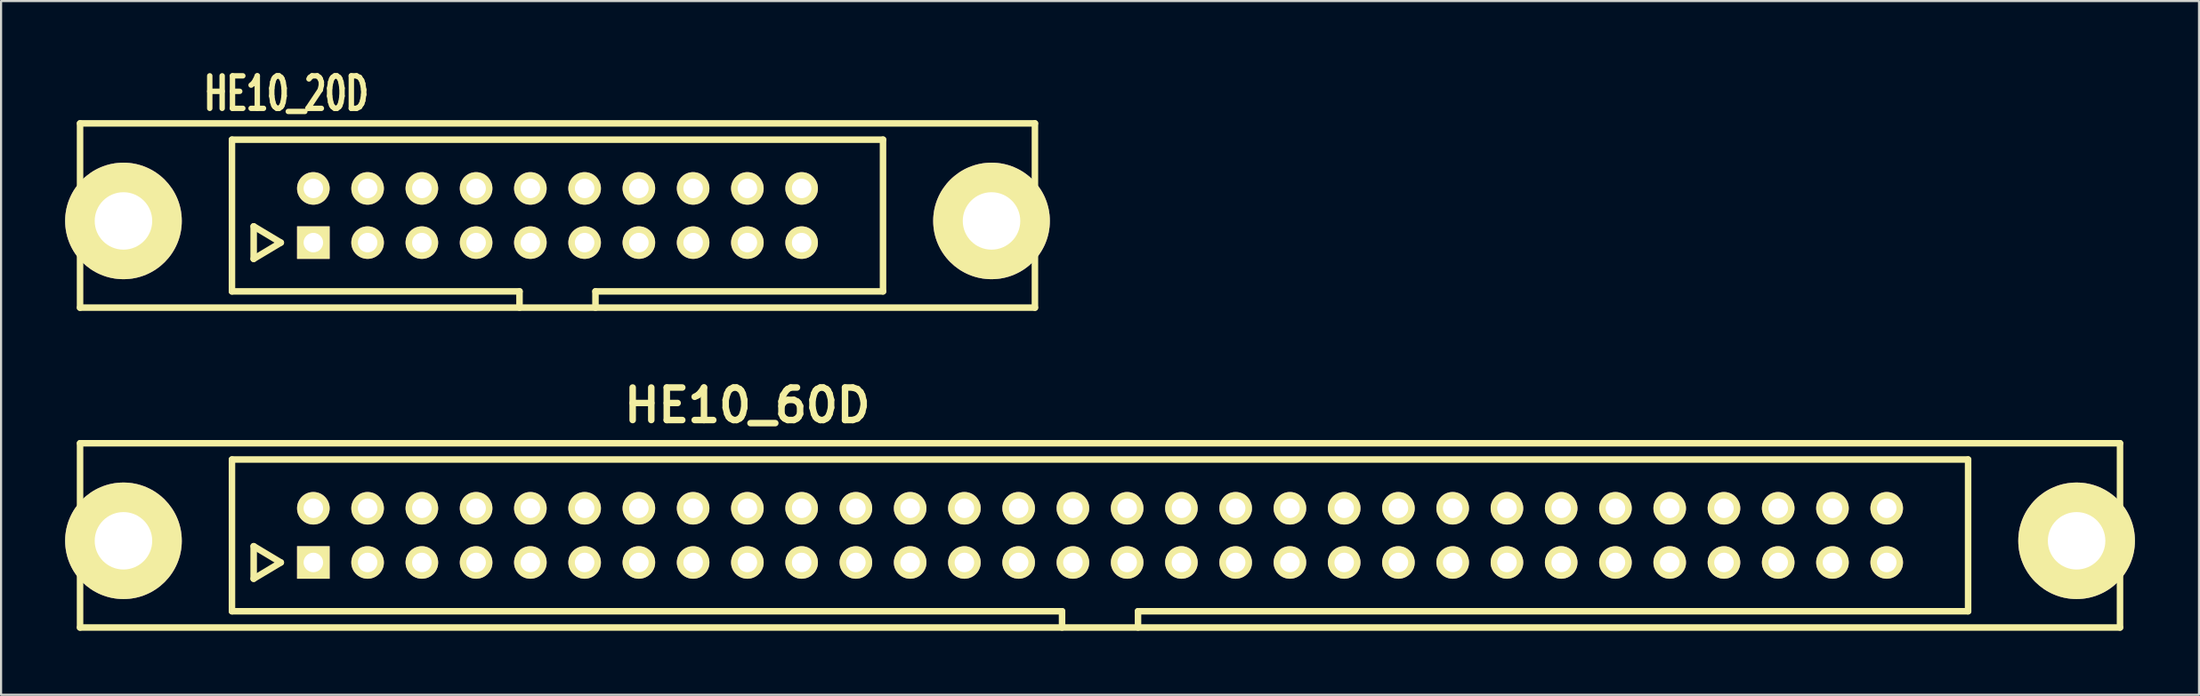
<source format=kicad_pcb>
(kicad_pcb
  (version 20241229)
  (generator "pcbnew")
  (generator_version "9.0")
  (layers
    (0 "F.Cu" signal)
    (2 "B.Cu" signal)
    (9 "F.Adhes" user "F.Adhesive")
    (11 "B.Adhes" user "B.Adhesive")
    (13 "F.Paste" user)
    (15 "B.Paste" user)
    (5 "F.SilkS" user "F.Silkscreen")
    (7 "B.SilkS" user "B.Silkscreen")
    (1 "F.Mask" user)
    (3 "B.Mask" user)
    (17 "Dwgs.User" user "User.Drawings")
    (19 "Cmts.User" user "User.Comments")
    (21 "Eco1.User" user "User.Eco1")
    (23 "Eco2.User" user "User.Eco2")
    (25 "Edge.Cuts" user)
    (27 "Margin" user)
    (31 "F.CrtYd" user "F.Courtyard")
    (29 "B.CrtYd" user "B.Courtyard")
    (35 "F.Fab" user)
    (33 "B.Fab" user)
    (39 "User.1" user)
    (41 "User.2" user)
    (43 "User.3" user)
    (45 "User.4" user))
  (footprint "HE10_60D"
    (layer "F.Cu")
    (at 48.45 22.299)
    (property "Reference" "HE10_60D" (at -16.51 -6.35 0) (layer "F.SilkS") (effects (font (size 1.524 1.524) (thickness 0.305))))
    (attr through_hole)
    (fp_line (start -47.752 -4.572) (end -47.752 4.064) (stroke (width 0.305) (type solid)) (layer "F.SilkS"))
    (fp_line (start -47.752 4.064) (end 47.752 4.064) (stroke (width 0.305) (type solid)) (layer "F.SilkS"))
    (fp_line (start -40.64 -3.81) (end 40.64 -3.81) (stroke (width 0.305) (type solid)) (layer "F.SilkS"))
    (fp_line (start -40.64 3.302) (end -40.64 -3.81) (stroke (width 0.305) (type solid)) (layer "F.SilkS"))
    (fp_line (start -39.624 0.254) (end -39.624 1.778) (stroke (width 0.305) (type solid)) (layer "F.SilkS"))
    (fp_line (start -39.624 1.778) (end -38.354 1.016) (stroke (width 0.305) (type solid)) (layer "F.SilkS"))
    (fp_line (start -38.354 1.016) (end -39.624 0.254) (stroke (width 0.305) (type solid)) (layer "F.SilkS"))
    (fp_line (start -1.778 3.302) (end -40.64 3.302) (stroke (width 0.305) (type solid)) (layer "F.SilkS"))
    (fp_line (start -1.778 4.064) (end -1.778 3.302) (stroke (width 0.305) (type solid)) (layer "F.SilkS"))
    (fp_line (start 1.778 3.302) (end 1.778 4.064) (stroke (width 0.305) (type solid)) (layer "F.SilkS"))
    (fp_line (start 40.64 -3.81) (end 40.64 3.302) (stroke (width 0.305) (type solid)) (layer "F.SilkS"))
    (fp_line (start 40.64 3.302) (end 1.778 3.302) (stroke (width 0.305) (type solid)) (layer "F.SilkS"))
    (fp_line (start 47.752 -4.572) (end -47.752 -4.572) (stroke (width 0.305) (type solid)) (layer "F.SilkS"))
    (fp_line (start 47.752 4.064) (end 47.752 -4.572) (stroke (width 0.305) (type solid)) (layer "F.SilkS"))
    (pad "" thru_hole circle (at -45.72 0) (size 5.461 5.461) (drill 2.692) (layers "*.Cu" "*.Mask" "F.SilkS"))
    (pad "" thru_hole circle (at 45.72 0) (size 5.461 5.461) (drill 2.692) (layers "*.Cu" "*.Mask" "F.SilkS"))
    (pad "1" thru_hole rect (at -36.83 1.016) (size 1.524 1.524) (drill 0.914) (layers "*.Cu" "*.Mask" "F.SilkS"))
    (pad "2" thru_hole circle (at -36.83 -1.524) (size 1.524 1.524) (drill 0.914) (layers "*.Cu" "*.Mask" "F.SilkS"))
    (pad "3" thru_hole circle (at -34.29 1.016) (size 1.524 1.524) (drill 0.914) (layers "*.Cu" "*.Mask" "F.SilkS"))
    (pad "4" thru_hole circle (at -34.29 -1.524) (size 1.524 1.524) (drill 0.914) (layers "*.Cu" "*.Mask" "F.SilkS"))
    (pad "5" thru_hole circle (at -31.75 1.016) (size 1.524 1.524) (drill 0.914) (layers "*.Cu" "*.Mask" "F.SilkS"))
    (pad "6" thru_hole circle (at -31.75 -1.524) (size 1.524 1.524) (drill 0.914) (layers "*.Cu" "*.Mask" "F.SilkS"))
    (pad "7" thru_hole circle (at -29.21 1.016) (size 1.524 1.524) (drill 0.914) (layers "*.Cu" "*.Mask" "F.SilkS"))
    (pad "8" thru_hole circle (at -29.21 -1.524) (size 1.524 1.524) (drill 0.914) (layers "*.Cu" "*.Mask" "F.SilkS"))
    (pad "9" thru_hole circle (at -26.67 1.016) (size 1.524 1.524) (drill 0.914) (layers "*.Cu" "*.Mask" "F.SilkS"))
    (pad "10" thru_hole circle (at -26.67 -1.524) (size 1.524 1.524) (drill 0.914) (layers "*.Cu" "*.Mask" "F.SilkS"))
    (pad "11" thru_hole circle (at -24.13 1.016) (size 1.524 1.524) (drill 0.914) (layers "*.Cu" "*.Mask" "F.SilkS"))
    (pad "12" thru_hole circle (at -24.13 -1.524) (size 1.524 1.524) (drill 0.914) (layers "*.Cu" "*.Mask" "F.SilkS"))
    (pad "13" thru_hole circle (at -21.59 1.016) (size 1.524 1.524) (drill 0.914) (layers "*.Cu" "*.Mask" "F.SilkS"))
    (pad "14" thru_hole circle (at -21.59 -1.524) (size 1.524 1.524) (drill 0.914) (layers "*.Cu" "*.Mask" "F.SilkS"))
    (pad "15" thru_hole circle (at -19.05 1.016) (size 1.524 1.524) (drill 0.914) (layers "*.Cu" "*.Mask" "F.SilkS"))
    (pad "16" thru_hole circle (at -19.05 -1.524) (size 1.524 1.524) (drill 0.914) (layers "*.Cu" "*.Mask" "F.SilkS"))
    (pad "17" thru_hole circle (at -16.51 1.016) (size 1.524 1.524) (drill 0.914) (layers "*.Cu" "*.Mask" "F.SilkS"))
    (pad "18" thru_hole circle (at -16.51 -1.524) (size 1.524 1.524) (drill 0.914) (layers "*.Cu" "*.Mask" "F.SilkS"))
    (pad "19" thru_hole circle (at -13.97 1.016) (size 1.524 1.524) (drill 0.914) (layers "*.Cu" "*.Mask" "F.SilkS"))
    (pad "20" thru_hole circle (at -13.97 -1.524) (size 1.524 1.524) (drill 0.914) (layers "*.Cu" "*.Mask" "F.SilkS"))
    (pad "21" thru_hole circle (at -11.43 1.016) (size 1.524 1.524) (drill 0.914) (layers "*.Cu" "*.Mask" "F.SilkS"))
    (pad "22" thru_hole circle (at -11.43 -1.524) (size 1.524 1.524) (drill 0.914) (layers "*.Cu" "*.Mask" "F.SilkS"))
    (pad "23" thru_hole circle (at -8.89 1.016) (size 1.524 1.524) (drill 0.914) (layers "*.Cu" "*.Mask" "F.SilkS"))
    (pad "24" thru_hole circle (at -8.89 -1.524) (size 1.524 1.524) (drill 0.914) (layers "*.Cu" "*.Mask" "F.SilkS"))
    (pad "25" thru_hole circle (at -6.35 1.016) (size 1.524 1.524) (drill 0.914) (layers "*.Cu" "*.Mask" "F.SilkS"))
    (pad "26" thru_hole circle (at -6.35 -1.524) (size 1.524 1.524) (drill 0.914) (layers "*.Cu" "*.Mask" "F.SilkS"))
    (pad "27" thru_hole circle (at -3.81 1.016) (size 1.524 1.524) (drill 0.914) (layers "*.Cu" "*.Mask" "F.SilkS"))
    (pad "28" thru_hole circle (at -3.81 -1.524) (size 1.524 1.524) (drill 0.914) (layers "*.Cu" "*.Mask" "F.SilkS"))
    (pad "29" thru_hole circle (at -1.27 1.016) (size 1.524 1.524) (drill 0.914) (layers "*.Cu" "*.Mask" "F.SilkS"))
    (pad "30" thru_hole circle (at -1.27 -1.524) (size 1.524 1.524) (drill 0.914) (layers "*.Cu" "*.Mask" "F.SilkS"))
    (pad "31" thru_hole circle (at 1.27 1.016) (size 1.524 1.524) (drill 0.914) (layers "*.Cu" "*.Mask" "F.SilkS"))
    (pad "32" thru_hole circle (at 1.27 -1.524) (size 1.524 1.524) (drill 0.914) (layers "*.Cu" "*.Mask" "F.SilkS"))
    (pad "33" thru_hole circle (at 3.81 1.016) (size 1.524 1.524) (drill 0.914) (layers "*.Cu" "*.Mask" "F.SilkS"))
    (pad "34" thru_hole circle (at 3.81 -1.524) (size 1.524 1.524) (drill 0.914) (layers "*.Cu" "*.Mask" "F.SilkS"))
    (pad "35" thru_hole circle (at 6.35 1.016) (size 1.524 1.524) (drill 0.914) (layers "*.Cu" "*.Mask" "F.SilkS"))
    (pad "36" thru_hole circle (at 6.35 -1.524) (size 1.524 1.524) (drill 0.914) (layers "*.Cu" "*.Mask" "F.SilkS"))
    (pad "37" thru_hole circle (at 8.89 1.016) (size 1.524 1.524) (drill 0.914) (layers "*.Cu" "*.Mask" "F.SilkS"))
    (pad "38" thru_hole circle (at 8.89 -1.524) (size 1.524 1.524) (drill 0.914) (layers "*.Cu" "*.Mask" "F.SilkS"))
    (pad "39" thru_hole circle (at 11.43 1.016) (size 1.524 1.524) (drill 0.914) (layers "*.Cu" "*.Mask" "F.SilkS"))
    (pad "40" thru_hole circle (at 11.43 -1.524) (size 1.524 1.524) (drill 0.914) (layers "*.Cu" "*.Mask" "F.SilkS"))
    (pad "41" thru_hole circle (at 13.97 1.016) (size 1.524 1.524) (drill 0.914) (layers "*.Cu" "*.Mask" "F.SilkS"))
    (pad "42" thru_hole circle (at 13.97 -1.524) (size 1.524 1.524) (drill 0.914) (layers "*.Cu" "*.Mask" "F.SilkS"))
    (pad "43" thru_hole circle (at 16.51 1.016) (size 1.524 1.524) (drill 0.914) (layers "*.Cu" "*.Mask" "F.SilkS"))
    (pad "44" thru_hole circle (at 16.51 -1.524) (size 1.524 1.524) (drill 0.914) (layers "*.Cu" "*.Mask" "F.SilkS"))
    (pad "45" thru_hole circle (at 19.05 1.016) (size 1.524 1.524) (drill 0.914) (layers "*.Cu" "*.Mask" "F.SilkS"))
    (pad "46" thru_hole circle (at 19.05 -1.524) (size 1.524 1.524) (drill 0.914) (layers "*.Cu" "*.Mask" "F.SilkS"))
    (pad "47" thru_hole circle (at 21.59 1.016) (size 1.524 1.524) (drill 0.914) (layers "*.Cu" "*.Mask" "F.SilkS"))
    (pad "48" thru_hole circle (at 21.59 -1.524) (size 1.524 1.524) (drill 0.914) (layers "*.Cu" "*.Mask" "F.SilkS"))
    (pad "49" thru_hole circle (at 24.13 1.016) (size 1.524 1.524) (drill 0.914) (layers "*.Cu" "*.Mask" "F.SilkS"))
    (pad "50" thru_hole circle (at 24.13 -1.524) (size 1.524 1.524) (drill 0.914) (layers "*.Cu" "*.Mask" "F.SilkS"))
    (pad "51" thru_hole circle (at 26.67 1.016) (size 1.524 1.524) (drill 0.914) (layers "*.Cu" "*.Mask" "F.SilkS"))
    (pad "52" thru_hole circle (at 26.67 -1.524) (size 1.524 1.524) (drill 0.914) (layers "*.Cu" "*.Mask" "F.SilkS"))
    (pad "53" thru_hole circle (at 29.21 1.016) (size 1.524 1.524) (drill 0.914) (layers "*.Cu" "*.Mask" "F.SilkS"))
    (pad "54" thru_hole circle (at 29.21 -1.524) (size 1.524 1.524) (drill 0.914) (layers "*.Cu" "*.Mask" "F.SilkS"))
    (pad "55" thru_hole circle (at 31.75 1.016) (size 1.524 1.524) (drill 0.914) (layers "*.Cu" "*.Mask" "F.SilkS"))
    (pad "56" thru_hole circle (at 31.75 -1.524) (size 1.524 1.524) (drill 0.914) (layers "*.Cu" "*.Mask" "F.SilkS"))
    (pad "57" thru_hole circle (at 34.29 1.016) (size 1.524 1.524) (drill 0.914) (layers "*.Cu" "*.Mask" "F.SilkS"))
    (pad "58" thru_hole circle (at 34.29 -1.524) (size 1.524 1.524) (drill 0.914) (layers "*.Cu" "*.Mask" "F.SilkS"))
    (pad "59" thru_hole circle (at 36.83 1.016) (size 1.524 1.524) (drill 0.914) (layers "*.Cu" "*.Mask" "F.SilkS"))
    (pad "60" thru_hole circle (at 36.83 -1.524) (size 1.524 1.524) (drill 0.914) (layers "*.Cu" "*.Mask" "F.SilkS")))
  (footprint "HE10_20D"
    (layer "F.Cu")
    (at 23.05 7.052)
    (property "Reference" "HE10_20D" (at -12.7 -5.715 0) (layer "F.SilkS") (effects (font (size 1.524 1.016) (thickness 0.305))))
    (attr through_hole)
    (fp_line (start -22.352 -4.318) (end -22.352 4.318) (stroke (width 0.305) (type solid)) (layer "F.SilkS"))
    (fp_line (start -22.352 4.318) (end 22.352 4.318) (stroke (width 0.305) (type solid)) (layer "F.SilkS"))
    (fp_line (start -15.24 -3.556) (end 15.24 -3.556) (stroke (width 0.305) (type solid)) (layer "F.SilkS"))
    (fp_line (start -15.24 3.556) (end -15.24 -3.556) (stroke (width 0.305) (type solid)) (layer "F.SilkS"))
    (fp_line (start -14.224 0.508) (end -14.224 2.032) (stroke (width 0.305) (type solid)) (layer "F.SilkS"))
    (fp_line (start -14.224 2.032) (end -12.954 1.27) (stroke (width 0.305) (type solid)) (layer "F.SilkS"))
    (fp_line (start -12.954 1.27) (end -14.224 0.508) (stroke (width 0.305) (type solid)) (layer "F.SilkS"))
    (fp_line (start -1.778 3.556) (end -15.24 3.556) (stroke (width 0.305) (type solid)) (layer "F.SilkS"))
    (fp_line (start -1.778 4.318) (end -1.778 3.556) (stroke (width 0.305) (type solid)) (layer "F.SilkS"))
    (fp_line (start 1.778 3.556) (end 1.778 4.318) (stroke (width 0.305) (type solid)) (layer "F.SilkS"))
    (fp_line (start 15.24 -3.556) (end 15.24 3.556) (stroke (width 0.305) (type solid)) (layer "F.SilkS"))
    (fp_line (start 15.24 3.556) (end 1.778 3.556) (stroke (width 0.305) (type solid)) (layer "F.SilkS"))
    (fp_line (start 22.352 -4.318) (end -22.352 -4.318) (stroke (width 0.305) (type solid)) (layer "F.SilkS"))
    (fp_line (start 22.352 4.318) (end 22.352 -4.318) (stroke (width 0.305) (type solid)) (layer "F.SilkS"))
    (pad "" thru_hole circle (at -20.32 0.254) (size 5.461 5.461) (drill 2.692) (layers "*.Cu" "*.Mask" "F.SilkS"))
    (pad "" thru_hole circle (at 20.32 0.254) (size 5.461 5.461) (drill 2.692) (layers "*.Cu" "*.Mask" "F.SilkS"))
    (pad "1" thru_hole rect (at -11.43 1.27) (size 1.524 1.524) (drill 0.914) (layers "*.Cu" "*.Mask" "F.SilkS"))
    (pad "2" thru_hole circle (at -11.43 -1.27) (size 1.524 1.524) (drill 0.914) (layers "*.Cu" "*.Mask" "F.SilkS"))
    (pad "3" thru_hole circle (at -8.89 1.27) (size 1.524 1.524) (drill 0.914) (layers "*.Cu" "*.Mask" "F.SilkS"))
    (pad "4" thru_hole circle (at -8.89 -1.27) (size 1.524 1.524) (drill 0.914) (layers "*.Cu" "*.Mask" "F.SilkS"))
    (pad "5" thru_hole circle (at -6.35 1.27) (size 1.524 1.524) (drill 0.914) (layers "*.Cu" "*.Mask" "F.SilkS"))
    (pad "6" thru_hole circle (at -6.35 -1.27) (size 1.524 1.524) (drill 0.914) (layers "*.Cu" "*.Mask" "F.SilkS"))
    (pad "7" thru_hole circle (at -3.81 1.27) (size 1.524 1.524) (drill 0.914) (layers "*.Cu" "*.Mask" "F.SilkS"))
    (pad "8" thru_hole circle (at -3.81 -1.27) (size 1.524 1.524) (drill 0.914) (layers "*.Cu" "*.Mask" "F.SilkS"))
    (pad "9" thru_hole circle (at -1.27 1.27) (size 1.524 1.524) (drill 0.914) (layers "*.Cu" "*.Mask" "F.SilkS"))
    (pad "10" thru_hole circle (at -1.27 -1.27) (size 1.524 1.524) (drill 0.914) (layers "*.Cu" "*.Mask" "F.SilkS"))
    (pad "11" thru_hole circle (at 1.27 1.27) (size 1.524 1.524) (drill 0.914) (layers "*.Cu" "*.Mask" "F.SilkS"))
    (pad "12" thru_hole circle (at 1.27 -1.27) (size 1.524 1.524) (drill 0.914) (layers "*.Cu" "*.Mask" "F.SilkS"))
    (pad "13" thru_hole circle (at 3.81 1.27) (size 1.524 1.524) (drill 0.914) (layers "*.Cu" "*.Mask" "F.SilkS"))
    (pad "14" thru_hole circle (at 3.81 -1.27) (size 1.524 1.524) (drill 0.914) (layers "*.Cu" "*.Mask" "F.SilkS"))
    (pad "15" thru_hole circle (at 6.35 1.27) (size 1.524 1.524) (drill 0.914) (layers "*.Cu" "*.Mask" "F.SilkS"))
    (pad "16" thru_hole circle (at 6.35 -1.27) (size 1.524 1.524) (drill 0.914) (layers "*.Cu" "*.Mask" "F.SilkS"))
    (pad "17" thru_hole circle (at 8.89 1.27) (size 1.524 1.524) (drill 0.914) (layers "*.Cu" "*.Mask" "F.SilkS"))
    (pad "18" thru_hole circle (at 8.89 -1.27) (size 1.524 1.524) (drill 0.914) (layers "*.Cu" "*.Mask" "F.SilkS"))
    (pad "19" thru_hole circle (at 11.43 1.27) (size 1.524 1.524) (drill 0.914) (layers "*.Cu" "*.Mask" "F.SilkS"))
    (pad "20" thru_hole circle (at 11.43 -1.27) (size 1.524 1.524) (drill 0.914) (layers "*.Cu" "*.Mask" "F.SilkS")))
  (gr_rect
    (start -3 -3)
    (end 99.901 29.516)
    (stroke (width 0.1) (type default))
    (fill no)
    (layer "Edge.Cuts")))
</source>
